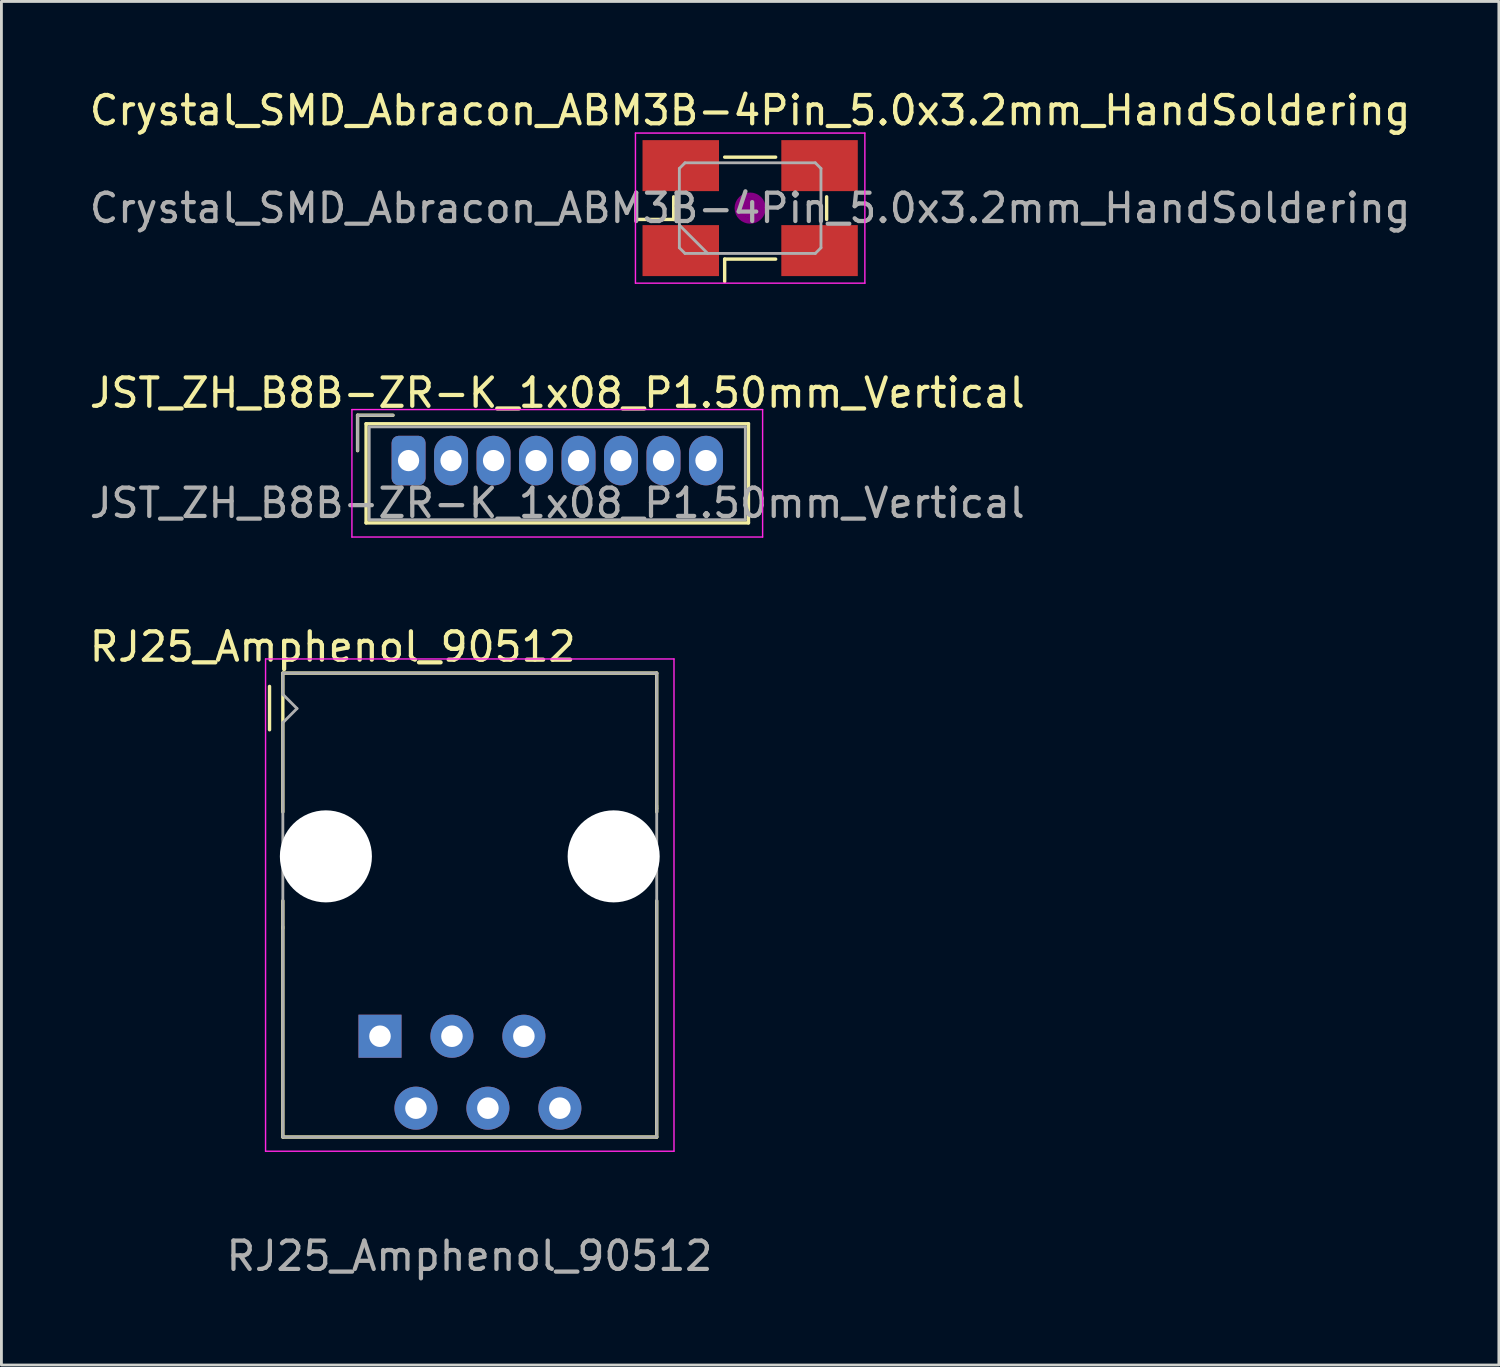
<source format=kicad_pcb>
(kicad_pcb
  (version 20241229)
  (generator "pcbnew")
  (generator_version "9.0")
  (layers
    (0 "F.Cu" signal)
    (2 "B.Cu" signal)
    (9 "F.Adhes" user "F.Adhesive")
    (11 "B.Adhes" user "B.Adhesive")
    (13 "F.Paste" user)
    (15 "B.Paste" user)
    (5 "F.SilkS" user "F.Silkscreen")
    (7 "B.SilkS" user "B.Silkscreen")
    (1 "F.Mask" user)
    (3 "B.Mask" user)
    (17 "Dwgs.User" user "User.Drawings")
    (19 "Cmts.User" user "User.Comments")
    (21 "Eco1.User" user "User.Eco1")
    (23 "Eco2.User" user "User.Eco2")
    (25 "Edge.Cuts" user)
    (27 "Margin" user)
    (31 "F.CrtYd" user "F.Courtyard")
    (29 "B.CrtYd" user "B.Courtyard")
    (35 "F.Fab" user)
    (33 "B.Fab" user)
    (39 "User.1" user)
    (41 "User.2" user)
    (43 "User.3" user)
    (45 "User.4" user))
  (footprint "JST_ZH_B8B-ZR-K_1x08_P1.50mm_Vertical"
    (layer "F.Cu")
    (at 11.375 13.211)
    (property "Reference" "JST_ZH_B8B-ZR-K_1x08_P1.50mm_Vertical" (at 5.25 -2.39 0) (layer "F.SilkS") (effects (font (size 1 1) (thickness 0.15))))
    (attr through_hole)
    (fp_line (start -1.8 -1.6) (end -1.8 -0.35) (stroke (width 0.12) (type solid)) (layer "F.SilkS"))
    (fp_line (start -1.5 -1.3) (end -1.5 2.2) (stroke (width 0.12) (type solid)) (layer "F.SilkS"))
    (fp_line (start -1.5 2.2) (end 12 2.2) (stroke (width 0.12) (type solid)) (layer "F.SilkS"))
    (fp_line (start -0.55 -1.6) (end -1.8 -1.6) (stroke (width 0.12) (type solid)) (layer "F.SilkS"))
    (fp_line (start 12 -1.3) (end -1.5 -1.3) (stroke (width 0.12) (type solid)) (layer "F.SilkS"))
    (fp_line (start 12 2.2) (end 12 -1.3) (stroke (width 0.12) (type solid)) (layer "F.SilkS"))
    (fp_line (start -2 -1.8) (end -2 2.7) (stroke (width 0.05) (type solid)) (layer "F.CrtYd"))
    (fp_line (start -2 2.7) (end 12.5 2.7) (stroke (width 0.05) (type solid)) (layer "F.CrtYd"))
    (fp_line (start 12.5 -1.8) (end -2 -1.8) (stroke (width 0.05) (type solid)) (layer "F.CrtYd"))
    (fp_line (start 12.5 2.7) (end 12.5 -1.8) (stroke (width 0.05) (type solid)) (layer "F.CrtYd"))
    (fp_line (start -1.8 -1.6) (end -1.8 -0.35) (stroke (width 0.1) (type solid)) (layer "F.Fab"))
    (fp_line (start -1.39 -1.19) (end -1.39 2.09) (stroke (width 0.1) (type solid)) (layer "F.Fab"))
    (fp_line (start -1.39 2.09) (end 11.89 2.09) (stroke (width 0.1) (type solid)) (layer "F.Fab"))
    (fp_line (start -0.55 -1.6) (end -1.8 -1.6) (stroke (width 0.1) (type solid)) (layer "F.Fab"))
    (fp_line (start 11.89 -1.19) (end -1.39 -1.19) (stroke (width 0.1) (type solid)) (layer "F.Fab"))
    (fp_line (start 11.89 2.09) (end 11.89 -1.19) (stroke (width 0.1) (type solid)) (layer "F.Fab"))
    (fp_text user "${REFERENCE}" (at 5.25 1.5 0) (layer "F.Fab") (effects (font (size 1 1) (thickness 0.15))))
    (pad "1" thru_hole roundrect (at 0 0) (size 1.2 1.75) (drill 0.75) (layers "*.Cu" "*.Mask") (roundrect_rratio 0.208))
    (pad "2" thru_hole oval (at 1.5 0) (size 1.2 1.75) (drill 0.75) (layers "*.Cu" "*.Mask"))
    (pad "3" thru_hole oval (at 3 0) (size 1.2 1.75) (drill 0.75) (layers "*.Cu" "*.Mask"))
    (pad "4" thru_hole oval (at 4.5 0) (size 1.2 1.75) (drill 0.75) (layers "*.Cu" "*.Mask"))
    (pad "5" thru_hole oval (at 6 0) (size 1.2 1.75) (drill 0.75) (layers "*.Cu" "*.Mask"))
    (pad "6" thru_hole oval (at 7.5 0) (size 1.2 1.75) (drill 0.75) (layers "*.Cu" "*.Mask"))
    (pad "7" thru_hole oval (at 9 0) (size 1.2 1.75) (drill 0.75) (layers "*.Cu" "*.Mask"))
    (pad "8" thru_hole oval (at 10.5 0) (size 1.2 1.75) (drill 0.75) (layers "*.Cu" "*.Mask")))
  (footprint "Crystal_SMD_Abracon_ABM3B-4Pin_5.0x3.2mm_HandSoldering"
    (layer "F.Cu")
    (at 23.435 4.298)
    (property "Reference" "Crystal_SMD_Abracon_ABM3B-4Pin_5.0x3.2mm_HandSoldering" (at 0 -3.45 0) (layer "F.SilkS") (effects (font (size 1 1) (thickness 0.15))))
    (attr smd)
    (fp_line (start -3.95 0.4) (end -2.7 0.4) (stroke (width 0.12) (type solid)) (layer "F.SilkS"))
    (fp_line (start -2.7 0.4) (end -2.7 -0.4) (stroke (width 0.12) (type solid)) (layer "F.SilkS"))
    (fp_line (start -0.9 -1.8) (end 0.9 -1.8) (stroke (width 0.12) (type solid)) (layer "F.SilkS"))
    (fp_line (start -0.9 1.8) (end -0.9 2.59) (stroke (width 0.12) (type solid)) (layer "F.SilkS"))
    (fp_line (start 0.9 1.8) (end -0.9 1.8) (stroke (width 0.12) (type solid)) (layer "F.SilkS"))
    (fp_line (start 2.7 -0.4) (end 2.7 0.4) (stroke (width 0.12) (type solid)) (layer "F.SilkS"))
    (fp_circle (center 0 0) (end 0.117 0) (stroke (width 0.233) (type solid)) (fill no) (layer "F.Adhes"))
    (fp_circle (center 0 0) (end 0.267 0) (stroke (width 0.167) (type solid)) (fill no) (layer "F.Adhes"))
    (fp_circle (center 0 0) (end 0.417 0) (stroke (width 0.167) (type solid)) (fill no) (layer "F.Adhes"))
    (fp_circle (center 0 0) (end 0.5 0) (stroke (width 0.1) (type solid)) (fill no) (layer "F.Adhes"))
    (fp_line (start -4.05 -2.65) (end -4.05 2.65) (stroke (width 0.05) (type solid)) (layer "F.CrtYd"))
    (fp_line (start -4.05 2.65) (end 4.05 2.65) (stroke (width 0.05) (type solid)) (layer "F.CrtYd"))
    (fp_line (start 4.05 -2.65) (end -4.05 -2.65) (stroke (width 0.05) (type solid)) (layer "F.CrtYd"))
    (fp_line (start 4.05 2.65) (end 4.05 -2.65) (stroke (width 0.05) (type solid)) (layer "F.CrtYd"))
    (fp_line (start -2.5 -1.4) (end -2.3 -1.6) (stroke (width 0.1) (type solid)) (layer "F.Fab"))
    (fp_line (start -2.5 0.6) (end -1.5 1.6) (stroke (width 0.1) (type solid)) (layer "F.Fab"))
    (fp_line (start -2.5 1.4) (end -2.5 -1.4) (stroke (width 0.1) (type solid)) (layer "F.Fab"))
    (fp_line (start -2.3 -1.6) (end 2.3 -1.6) (stroke (width 0.1) (type solid)) (layer "F.Fab"))
    (fp_line (start -2.3 1.6) (end -2.5 1.4) (stroke (width 0.1) (type solid)) (layer "F.Fab"))
    (fp_line (start 2.3 -1.6) (end 2.5 -1.4) (stroke (width 0.1) (type solid)) (layer "F.Fab"))
    (fp_line (start 2.3 1.6) (end -2.3 1.6) (stroke (width 0.1) (type solid)) (layer "F.Fab"))
    (fp_line (start 2.5 -1.4) (end 2.5 1.4) (stroke (width 0.1) (type solid)) (layer "F.Fab"))
    (fp_line (start 2.5 1.4) (end 2.3 1.6) (stroke (width 0.1) (type solid)) (layer "F.Fab"))
    (fp_text user "${REFERENCE}" (at 0 0 0) (layer "F.Fab") (effects (font (size 1 1) (thickness 0.15))))
    (pad "1" smd rect (at -2.45 1.5) (size 2.7 1.8) (layers "F.Cu" "F.Mask" "F.Paste"))
    (pad "2" smd rect (at 2.45 1.5) (size 2.7 1.8) (layers "F.Cu" "F.Mask" "F.Paste"))
    (pad "3" smd rect (at 2.45 -1.5) (size 2.7 1.8) (layers "F.Cu" "F.Mask" "F.Paste"))
    (pad "4" smd rect (at -2.45 -1.5) (size 2.7 1.8) (layers "F.Cu" "F.Mask" "F.Paste")))
  (footprint "RJ25_Amphenol_90512"
    (layer "F.Cu")
    (at 10.366 33.535)
    (property "Reference" "RJ25_Amphenol_90512" (at -1.67 -13.75 0) (layer "F.SilkS") (effects (font (size 1 1) (thickness 0.15))))
    (attr through_hole)
    (fp_line (start -3.9 -10.82) (end -3.9 -12.35) (stroke (width 0.12) (type solid)) (layer "F.SilkS"))
    (fp_line (start -3.43 -12.82) (end 9.77 -12.82) (stroke (width 0.12) (type solid)) (layer "F.SilkS"))
    (fp_line (start -3.43 -7.92) (end -3.43 -12.82) (stroke (width 0.12) (type solid)) (layer "F.SilkS"))
    (fp_line (start -3.43 -3.87) (end -3.43 -3.8) (stroke (width 0.1) (type solid)) (layer "F.SilkS"))
    (fp_line (start -3.43 3.56) (end -3.43 -4.78) (stroke (width 0.12) (type solid)) (layer "F.SilkS"))
    (fp_line (start 9.77 -12.82) (end 9.77 -7.92) (stroke (width 0.12) (type solid)) (layer "F.SilkS"))
    (fp_line (start 9.77 -8.15) (end 9.77 -8.03) (stroke (width 0.1) (type solid)) (layer "F.SilkS"))
    (fp_line (start 9.77 -8.04) (end 9.77 -8.03) (stroke (width 0.1) (type solid)) (layer "F.SilkS"))
    (fp_line (start 9.77 3.56) (end -3.43 3.56) (stroke (width 0.12) (type solid)) (layer "F.SilkS"))
    (fp_line (start 9.77 3.56) (end 9.77 -4.78) (stroke (width 0.12) (type solid)) (layer "F.SilkS"))
    (fp_line (start -4.04 -13.32) (end 10.38 -13.32) (stroke (width 0.05) (type solid)) (layer "F.CrtYd"))
    (fp_line (start -4.04 4.06) (end -4.04 -13.32) (stroke (width 0.05) (type solid)) (layer "F.CrtYd"))
    (fp_line (start 10.38 -13.32) (end 10.38 4.06) (stroke (width 0.05) (type solid)) (layer "F.CrtYd"))
    (fp_line (start 10.38 4.06) (end -4.04 4.06) (stroke (width 0.05) (type solid)) (layer "F.CrtYd"))
    (fp_line (start -3.43 -12.82) (end 9.77 -12.82) (stroke (width 0.1) (type solid)) (layer "F.Fab"))
    (fp_line (start -3.43 -12.07) (end -3.43 -12.82) (stroke (width 0.1) (type solid)) (layer "F.Fab"))
    (fp_line (start -3.43 -11.07) (end -2.93 -11.57) (stroke (width 0.1) (type solid)) (layer "F.Fab"))
    (fp_line (start -3.43 3.56) (end -3.43 -11.07) (stroke (width 0.1) (type solid)) (layer "F.Fab"))
    (fp_line (start -2.93 -11.57) (end -3.43 -12.07) (stroke (width 0.1) (type solid)) (layer "F.Fab"))
    (fp_line (start 9.77 -12.82) (end 9.77 3.56) (stroke (width 0.1) (type solid)) (layer "F.Fab"))
    (fp_line (start 9.77 3.56) (end -3.43 3.56) (stroke (width 0.1) (type solid)) (layer "F.Fab"))
    (fp_text user "${REFERENCE}" (at 3.16 7.76 0) (layer "F.Fab") (effects (font (size 1 1) (thickness 0.15))))
    (pad "" np_thru_hole circle (at -1.91 -6.35) (size 3.25 3.25) (drill 3.25) (layers "*.Cu" "*.Mask"))
    (pad "" np_thru_hole circle (at 8.25 -6.35) (size 3.25 3.25) (drill 3.25) (layers "*.Cu" "*.Mask"))
    (pad "1" thru_hole rect (at 0 0) (size 1.52 1.52) (drill 0.76) (layers "*.Cu" "*.Mask"))
    (pad "2" thru_hole circle (at 1.27 2.54) (size 1.52 1.52) (drill 0.76) (layers "*.Cu" "*.Mask"))
    (pad "3" thru_hole circle (at 2.54 0) (size 1.52 1.52) (drill 0.76) (layers "*.Cu" "*.Mask"))
    (pad "4" thru_hole circle (at 3.81 2.54) (size 1.52 1.52) (drill 0.76) (layers "*.Cu" "*.Mask"))
    (pad "5" thru_hole circle (at 5.08 0) (size 1.52 1.52) (drill 0.76) (layers "*.Cu" "*.Mask"))
    (pad "6" thru_hole circle (at 6.35 2.54) (size 1.52 1.52) (drill 0.76) (layers "*.Cu" "*.Mask")))
  (gr_rect
    (start -3 -3)
    (end 49.869 45.143)
    (stroke (width 0.1) (type default))
    (fill no)
    (layer "Edge.Cuts")))
</source>
